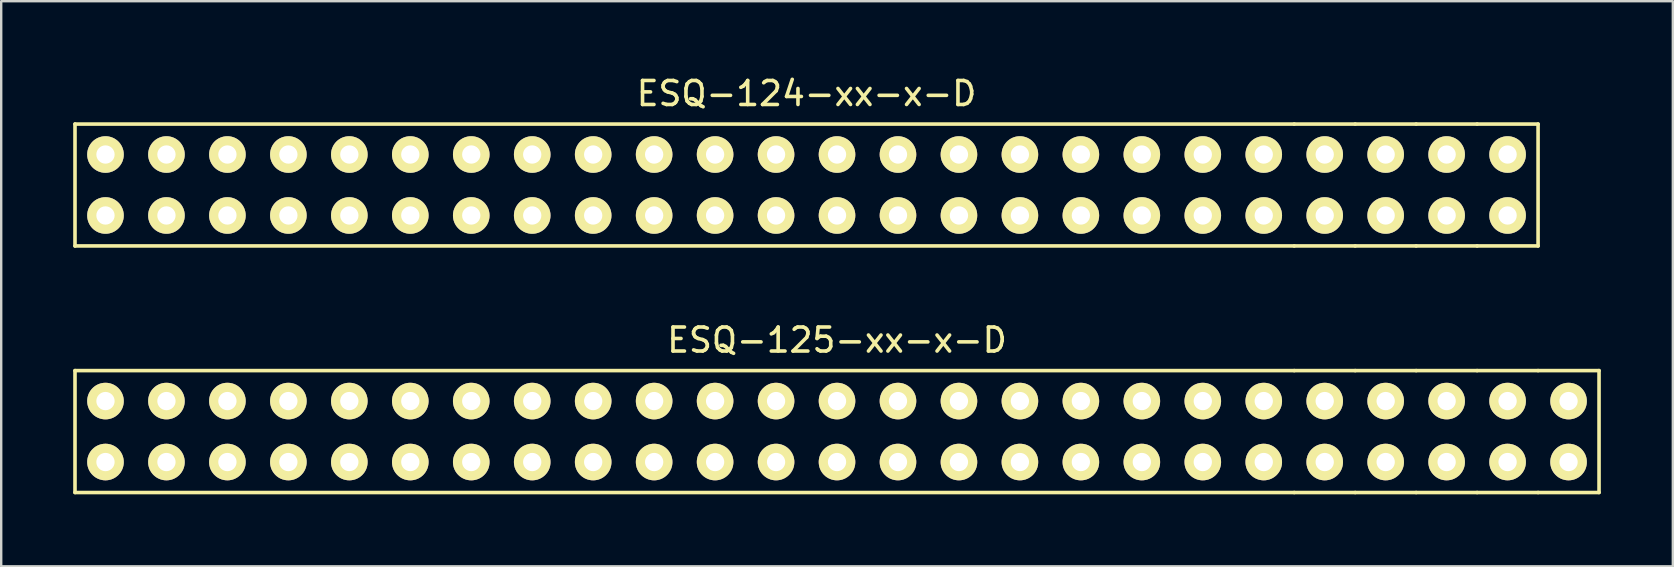
<source format=kicad_pcb>
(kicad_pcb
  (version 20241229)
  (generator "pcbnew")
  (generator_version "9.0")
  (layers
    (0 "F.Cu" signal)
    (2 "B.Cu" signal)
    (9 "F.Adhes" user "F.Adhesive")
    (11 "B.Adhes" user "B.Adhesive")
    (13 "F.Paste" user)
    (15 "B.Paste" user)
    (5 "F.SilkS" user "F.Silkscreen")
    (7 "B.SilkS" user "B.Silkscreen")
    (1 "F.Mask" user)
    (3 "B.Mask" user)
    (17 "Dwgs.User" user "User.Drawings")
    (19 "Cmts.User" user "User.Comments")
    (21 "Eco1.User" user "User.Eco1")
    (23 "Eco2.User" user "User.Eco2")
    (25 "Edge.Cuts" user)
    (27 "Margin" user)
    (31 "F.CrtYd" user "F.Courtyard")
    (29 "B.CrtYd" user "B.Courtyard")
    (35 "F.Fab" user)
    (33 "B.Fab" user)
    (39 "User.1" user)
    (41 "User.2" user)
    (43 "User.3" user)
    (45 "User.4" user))
  (footprint "ESQ-125-xx-x-D"
    (layer "F.Cu")
    (at 31.825 14.931)
    (property "Reference" "ESQ-125-xx-x-D" (at 0 -3.81 0) (layer "F.SilkS") (effects (font (size 1 1) (thickness 0.15))))
    (attr through_hole)
    (fp_line (start -31.75 -2.54) (end 19.05 -2.54) (stroke (width 0.15) (type solid)) (layer "F.SilkS"))
    (fp_line (start -31.75 2.54) (end -31.75 -2.54) (stroke (width 0.15) (type solid)) (layer "F.SilkS"))
    (fp_line (start 19.05 -2.54) (end 21.59 -2.54) (stroke (width 0.15) (type solid)) (layer "F.SilkS"))
    (fp_line (start 19.05 2.54) (end -31.75 2.54) (stroke (width 0.15) (type solid)) (layer "F.SilkS"))
    (fp_line (start 21.59 -2.54) (end 24.13 -2.54) (stroke (width 0.15) (type solid)) (layer "F.SilkS"))
    (fp_line (start 21.59 2.54) (end 19.05 2.54) (stroke (width 0.15) (type solid)) (layer "F.SilkS"))
    (fp_line (start 24.13 -2.54) (end 26.67 -2.54) (stroke (width 0.15) (type solid)) (layer "F.SilkS"))
    (fp_line (start 24.13 2.54) (end 21.59 2.54) (stroke (width 0.15) (type solid)) (layer "F.SilkS"))
    (fp_line (start 26.67 -2.54) (end 29.21 -2.54) (stroke (width 0.15) (type solid)) (layer "F.SilkS"))
    (fp_line (start 26.67 2.54) (end 24.13 2.54) (stroke (width 0.15) (type solid)) (layer "F.SilkS"))
    (fp_line (start 29.21 -2.54) (end 31.75 -2.54) (stroke (width 0.15) (type solid)) (layer "F.SilkS"))
    (fp_line (start 29.21 2.54) (end 26.67 2.54) (stroke (width 0.15) (type solid)) (layer "F.SilkS"))
    (fp_line (start 31.75 -2.54) (end 31.75 2.54) (stroke (width 0.15) (type solid)) (layer "F.SilkS"))
    (fp_line (start 31.75 2.54) (end 29.21 2.54) (stroke (width 0.15) (type solid)) (layer "F.SilkS"))
    (pad "1" thru_hole circle (at -30.48 -1.27) (size 1.524 1.524) (drill 0.762) (layers "*.Mask" "B.Cu" "F.SilkS"))
    (pad "2" thru_hole circle (at -30.48 1.27) (size 1.524 1.524) (drill 0.762) (layers "*.Mask" "B.Cu" "F.SilkS"))
    (pad "3" thru_hole circle (at -27.94 -1.27) (size 1.524 1.524) (drill 0.762) (layers "*.Mask" "B.Cu" "F.SilkS"))
    (pad "4" thru_hole circle (at -27.94 1.27) (size 1.524 1.524) (drill 0.762) (layers "*.Mask" "B.Cu" "F.SilkS"))
    (pad "5" thru_hole circle (at -25.4 -1.27) (size 1.524 1.524) (drill 0.762) (layers "*.Mask" "B.Cu" "F.SilkS"))
    (pad "6" thru_hole circle (at -25.4 1.27) (size 1.524 1.524) (drill 0.762) (layers "*.Mask" "B.Cu" "F.SilkS"))
    (pad "7" thru_hole circle (at -22.86 -1.27) (size 1.524 1.524) (drill 0.762) (layers "*.Mask" "B.Cu" "F.SilkS"))
    (pad "8" thru_hole circle (at -22.86 1.27) (size 1.524 1.524) (drill 0.762) (layers "*.Mask" "B.Cu" "F.SilkS"))
    (pad "9" thru_hole circle (at -20.32 -1.27) (size 1.524 1.524) (drill 0.762) (layers "*.Mask" "B.Cu" "F.SilkS"))
    (pad "10" thru_hole circle (at -20.32 1.27) (size 1.524 1.524) (drill 0.762) (layers "*.Mask" "B.Cu" "F.SilkS"))
    (pad "11" thru_hole circle (at -17.78 -1.27) (size 1.524 1.524) (drill 0.762) (layers "*.Mask" "B.Cu" "F.SilkS"))
    (pad "12" thru_hole circle (at -17.78 1.27) (size 1.524 1.524) (drill 0.762) (layers "*.Mask" "B.Cu" "F.SilkS"))
    (pad "13" thru_hole circle (at -15.24 -1.27) (size 1.524 1.524) (drill 0.762) (layers "*.Mask" "B.Cu" "F.SilkS"))
    (pad "14" thru_hole circle (at -15.24 1.27) (size 1.524 1.524) (drill 0.762) (layers "*.Mask" "B.Cu" "F.SilkS"))
    (pad "15" thru_hole circle (at -12.7 -1.27) (size 1.524 1.524) (drill 0.762) (layers "*.Mask" "B.Cu" "F.SilkS"))
    (pad "16" thru_hole circle (at -12.7 1.27) (size 1.524 1.524) (drill 0.762) (layers "*.Mask" "B.Cu" "F.SilkS"))
    (pad "17" thru_hole circle (at -10.16 -1.27) (size 1.524 1.524) (drill 0.762) (layers "*.Mask" "B.Cu" "F.SilkS"))
    (pad "18" thru_hole circle (at -10.16 1.27) (size 1.524 1.524) (drill 0.762) (layers "*.Mask" "B.Cu" "F.SilkS"))
    (pad "19" thru_hole circle (at -7.62 -1.27) (size 1.524 1.524) (drill 0.762) (layers "*.Mask" "B.Cu" "F.SilkS"))
    (pad "20" thru_hole circle (at -7.62 1.27) (size 1.524 1.524) (drill 0.762) (layers "*.Mask" "B.Cu" "F.SilkS"))
    (pad "21" thru_hole circle (at -5.08 -1.27) (size 1.524 1.524) (drill 0.762) (layers "*.Mask" "B.Cu" "F.SilkS"))
    (pad "22" thru_hole circle (at -5.08 1.27) (size 1.524 1.524) (drill 0.762) (layers "*.Mask" "B.Cu" "F.SilkS"))
    (pad "23" thru_hole circle (at -2.54 -1.27) (size 1.524 1.524) (drill 0.762) (layers "*.Mask" "B.Cu" "F.SilkS"))
    (pad "24" thru_hole circle (at -2.54 1.27) (size 1.524 1.524) (drill 0.762) (layers "*.Mask" "B.Cu" "F.SilkS"))
    (pad "25" thru_hole circle (at 0 -1.27) (size 1.524 1.524) (drill 0.762) (layers "*.Mask" "B.Cu" "F.SilkS"))
    (pad "26" thru_hole circle (at 0 1.27) (size 1.524 1.524) (drill 0.762) (layers "*.Mask" "B.Cu" "F.SilkS"))
    (pad "27" thru_hole circle (at 2.54 -1.27) (size 1.524 1.524) (drill 0.762) (layers "*.Mask" "B.Cu" "F.SilkS"))
    (pad "28" thru_hole circle (at 2.54 1.27) (size 1.524 1.524) (drill 0.762) (layers "*.Mask" "B.Cu" "F.SilkS"))
    (pad "29" thru_hole circle (at 5.08 -1.27) (size 1.524 1.524) (drill 0.762) (layers "*.Mask" "B.Cu" "F.SilkS"))
    (pad "30" thru_hole circle (at 5.08 1.27) (size 1.524 1.524) (drill 0.762) (layers "*.Mask" "B.Cu" "F.SilkS"))
    (pad "31" thru_hole circle (at 7.62 -1.27) (size 1.524 1.524) (drill 0.762) (layers "*.Mask" "B.Cu" "F.SilkS"))
    (pad "32" thru_hole circle (at 7.62 1.27) (size 1.524 1.524) (drill 0.762) (layers "*.Mask" "B.Cu" "F.SilkS"))
    (pad "33" thru_hole circle (at 10.16 -1.27) (size 1.524 1.524) (drill 0.762) (layers "*.Mask" "B.Cu" "F.SilkS"))
    (pad "34" thru_hole circle (at 10.16 1.27) (size 1.524 1.524) (drill 0.762) (layers "*.Mask" "B.Cu" "F.SilkS"))
    (pad "35" thru_hole circle (at 12.7 -1.27) (size 1.524 1.524) (drill 0.762) (layers "*.Mask" "B.Cu" "F.SilkS"))
    (pad "36" thru_hole circle (at 12.7 1.27) (size 1.524 1.524) (drill 0.762) (layers "*.Mask" "B.Cu" "F.SilkS"))
    (pad "37" thru_hole circle (at 15.24 -1.27) (size 1.524 1.524) (drill 0.762) (layers "*.Mask" "B.Cu" "F.SilkS"))
    (pad "38" thru_hole circle (at 15.24 1.27) (size 1.524 1.524) (drill 0.762) (layers "*.Mask" "B.Cu" "F.SilkS"))
    (pad "39" thru_hole circle (at 17.78 -1.27) (size 1.524 1.524) (drill 0.762) (layers "*.Mask" "B.Cu" "F.SilkS"))
    (pad "40" thru_hole circle (at 17.78 1.27) (size 1.524 1.524) (drill 0.762) (layers "*.Mask" "B.Cu" "F.SilkS"))
    (pad "41" thru_hole circle (at 20.32 -1.27) (size 1.524 1.524) (drill 0.762) (layers "*.Mask" "B.Cu" "F.SilkS"))
    (pad "42" thru_hole circle (at 20.32 1.27) (size 1.524 1.524) (drill 0.762) (layers "*.Mask" "B.Cu" "F.SilkS"))
    (pad "43" thru_hole circle (at 22.86 -1.27) (size 1.524 1.524) (drill 0.762) (layers "*.Mask" "B.Cu" "F.SilkS"))
    (pad "44" thru_hole circle (at 22.86 1.27) (size 1.524 1.524) (drill 0.762) (layers "*.Mask" "B.Cu" "F.SilkS"))
    (pad "45" thru_hole circle (at 25.4 -1.27) (size 1.524 1.524) (drill 0.762) (layers "*.Mask" "B.Cu" "F.SilkS"))
    (pad "46" thru_hole circle (at 25.4 1.27) (size 1.524 1.524) (drill 0.762) (layers "*.Mask" "B.Cu" "F.SilkS"))
    (pad "47" thru_hole circle (at 27.94 -1.27) (size 1.524 1.524) (drill 0.762) (layers "*.Mask" "B.Cu" "F.SilkS"))
    (pad "48" thru_hole circle (at 27.94 1.27) (size 1.524 1.524) (drill 0.762) (layers "*.Mask" "B.Cu" "F.SilkS"))
    (pad "49" thru_hole circle (at 30.48 -1.27) (size 1.524 1.524) (drill 0.762) (layers "*.Mask" "B.Cu" "F.SilkS"))
    (pad "50" thru_hole circle (at 30.48 1.27) (size 1.524 1.524) (drill 0.762) (layers "*.Mask" "B.Cu" "F.SilkS")))
  (footprint "ESQ-124-xx-x-D"
    (layer "F.Cu")
    (at 30.555 4.658)
    (property "Reference" "ESQ-124-xx-x-D" (at 0 -3.81 0) (layer "F.SilkS") (effects (font (size 1 1) (thickness 0.15))))
    (attr through_hole)
    (fp_line (start -30.48 -2.54) (end 20.32 -2.54) (stroke (width 0.15) (type solid)) (layer "F.SilkS"))
    (fp_line (start -30.48 2.54) (end -30.48 -2.54) (stroke (width 0.15) (type solid)) (layer "F.SilkS"))
    (fp_line (start 20.32 -2.54) (end 22.86 -2.54) (stroke (width 0.15) (type solid)) (layer "F.SilkS"))
    (fp_line (start 20.32 2.54) (end -30.48 2.54) (stroke (width 0.15) (type solid)) (layer "F.SilkS"))
    (fp_line (start 22.86 -2.54) (end 25.4 -2.54) (stroke (width 0.15) (type solid)) (layer "F.SilkS"))
    (fp_line (start 22.86 2.54) (end 20.32 2.54) (stroke (width 0.15) (type solid)) (layer "F.SilkS"))
    (fp_line (start 25.4 -2.54) (end 27.94 -2.54) (stroke (width 0.15) (type solid)) (layer "F.SilkS"))
    (fp_line (start 25.4 2.54) (end 22.86 2.54) (stroke (width 0.15) (type solid)) (layer "F.SilkS"))
    (fp_line (start 27.94 -2.54) (end 30.48 -2.54) (stroke (width 0.15) (type solid)) (layer "F.SilkS"))
    (fp_line (start 27.94 2.54) (end 25.4 2.54) (stroke (width 0.15) (type solid)) (layer "F.SilkS"))
    (fp_line (start 30.48 -2.54) (end 30.48 2.54) (stroke (width 0.15) (type solid)) (layer "F.SilkS"))
    (fp_line (start 30.48 2.54) (end 27.94 2.54) (stroke (width 0.15) (type solid)) (layer "F.SilkS"))
    (pad "1" thru_hole circle (at -29.21 -1.27) (size 1.524 1.524) (drill 0.762) (layers "*.Mask" "B.Cu" "F.SilkS"))
    (pad "2" thru_hole circle (at -29.21 1.27) (size 1.524 1.524) (drill 0.762) (layers "*.Mask" "B.Cu" "F.SilkS"))
    (pad "3" thru_hole circle (at -26.67 -1.27) (size 1.524 1.524) (drill 0.762) (layers "*.Mask" "B.Cu" "F.SilkS"))
    (pad "4" thru_hole circle (at -26.67 1.27) (size 1.524 1.524) (drill 0.762) (layers "*.Mask" "B.Cu" "F.SilkS"))
    (pad "5" thru_hole circle (at -24.13 -1.27) (size 1.524 1.524) (drill 0.762) (layers "*.Mask" "B.Cu" "F.SilkS"))
    (pad "6" thru_hole circle (at -24.13 1.27) (size 1.524 1.524) (drill 0.762) (layers "*.Mask" "B.Cu" "F.SilkS"))
    (pad "7" thru_hole circle (at -21.59 -1.27) (size 1.524 1.524) (drill 0.762) (layers "*.Mask" "B.Cu" "F.SilkS"))
    (pad "8" thru_hole circle (at -21.59 1.27) (size 1.524 1.524) (drill 0.762) (layers "*.Mask" "B.Cu" "F.SilkS"))
    (pad "9" thru_hole circle (at -19.05 -1.27) (size 1.524 1.524) (drill 0.762) (layers "*.Mask" "B.Cu" "F.SilkS"))
    (pad "10" thru_hole circle (at -19.05 1.27) (size 1.524 1.524) (drill 0.762) (layers "*.Mask" "B.Cu" "F.SilkS"))
    (pad "11" thru_hole circle (at -16.51 -1.27) (size 1.524 1.524) (drill 0.762) (layers "*.Mask" "B.Cu" "F.SilkS"))
    (pad "12" thru_hole circle (at -16.51 1.27) (size 1.524 1.524) (drill 0.762) (layers "*.Mask" "B.Cu" "F.SilkS"))
    (pad "13" thru_hole circle (at -13.97 -1.27) (size 1.524 1.524) (drill 0.762) (layers "*.Mask" "B.Cu" "F.SilkS"))
    (pad "14" thru_hole circle (at -13.97 1.27) (size 1.524 1.524) (drill 0.762) (layers "*.Mask" "B.Cu" "F.SilkS"))
    (pad "15" thru_hole circle (at -11.43 -1.27) (size 1.524 1.524) (drill 0.762) (layers "*.Mask" "B.Cu" "F.SilkS"))
    (pad "16" thru_hole circle (at -11.43 1.27) (size 1.524 1.524) (drill 0.762) (layers "*.Mask" "B.Cu" "F.SilkS"))
    (pad "17" thru_hole circle (at -8.89 -1.27) (size 1.524 1.524) (drill 0.762) (layers "*.Mask" "B.Cu" "F.SilkS"))
    (pad "18" thru_hole circle (at -8.89 1.27) (size 1.524 1.524) (drill 0.762) (layers "*.Mask" "B.Cu" "F.SilkS"))
    (pad "19" thru_hole circle (at -6.35 -1.27) (size 1.524 1.524) (drill 0.762) (layers "*.Mask" "B.Cu" "F.SilkS"))
    (pad "20" thru_hole circle (at -6.35 1.27) (size 1.524 1.524) (drill 0.762) (layers "*.Mask" "B.Cu" "F.SilkS"))
    (pad "21" thru_hole circle (at -3.81 -1.27) (size 1.524 1.524) (drill 0.762) (layers "*.Mask" "B.Cu" "F.SilkS"))
    (pad "22" thru_hole circle (at -3.81 1.27) (size 1.524 1.524) (drill 0.762) (layers "*.Mask" "B.Cu" "F.SilkS"))
    (pad "23" thru_hole circle (at -1.27 -1.27) (size 1.524 1.524) (drill 0.762) (layers "*.Mask" "B.Cu" "F.SilkS"))
    (pad "24" thru_hole circle (at -1.27 1.27) (size 1.524 1.524) (drill 0.762) (layers "*.Mask" "B.Cu" "F.SilkS"))
    (pad "25" thru_hole circle (at 1.27 -1.27) (size 1.524 1.524) (drill 0.762) (layers "*.Mask" "B.Cu" "F.SilkS"))
    (pad "26" thru_hole circle (at 1.27 1.27) (size 1.524 1.524) (drill 0.762) (layers "*.Mask" "B.Cu" "F.SilkS"))
    (pad "27" thru_hole circle (at 3.81 -1.27) (size 1.524 1.524) (drill 0.762) (layers "*.Mask" "B.Cu" "F.SilkS"))
    (pad "28" thru_hole circle (at 3.81 1.27) (size 1.524 1.524) (drill 0.762) (layers "*.Mask" "B.Cu" "F.SilkS"))
    (pad "29" thru_hole circle (at 6.35 -1.27) (size 1.524 1.524) (drill 0.762) (layers "*.Mask" "B.Cu" "F.SilkS"))
    (pad "30" thru_hole circle (at 6.35 1.27) (size 1.524 1.524) (drill 0.762) (layers "*.Mask" "B.Cu" "F.SilkS"))
    (pad "31" thru_hole circle (at 8.89 -1.27) (size 1.524 1.524) (drill 0.762) (layers "*.Mask" "B.Cu" "F.SilkS"))
    (pad "32" thru_hole circle (at 8.89 1.27) (size 1.524 1.524) (drill 0.762) (layers "*.Mask" "B.Cu" "F.SilkS"))
    (pad "33" thru_hole circle (at 11.43 -1.27) (size 1.524 1.524) (drill 0.762) (layers "*.Mask" "B.Cu" "F.SilkS"))
    (pad "34" thru_hole circle (at 11.43 1.27) (size 1.524 1.524) (drill 0.762) (layers "*.Mask" "B.Cu" "F.SilkS"))
    (pad "35" thru_hole circle (at 13.97 -1.27) (size 1.524 1.524) (drill 0.762) (layers "*.Mask" "B.Cu" "F.SilkS"))
    (pad "36" thru_hole circle (at 13.97 1.27) (size 1.524 1.524) (drill 0.762) (layers "*.Mask" "B.Cu" "F.SilkS"))
    (pad "37" thru_hole circle (at 16.51 -1.27) (size 1.524 1.524) (drill 0.762) (layers "*.Mask" "B.Cu" "F.SilkS"))
    (pad "38" thru_hole circle (at 16.51 1.27) (size 1.524 1.524) (drill 0.762) (layers "*.Mask" "B.Cu" "F.SilkS"))
    (pad "39" thru_hole circle (at 19.05 -1.27) (size 1.524 1.524) (drill 0.762) (layers "*.Mask" "B.Cu" "F.SilkS"))
    (pad "40" thru_hole circle (at 19.05 1.27) (size 1.524 1.524) (drill 0.762) (layers "*.Mask" "B.Cu" "F.SilkS"))
    (pad "41" thru_hole circle (at 21.59 -1.27) (size 1.524 1.524) (drill 0.762) (layers "*.Mask" "B.Cu" "F.SilkS"))
    (pad "42" thru_hole circle (at 21.59 1.27) (size 1.524 1.524) (drill 0.762) (layers "*.Mask" "B.Cu" "F.SilkS"))
    (pad "43" thru_hole circle (at 24.13 -1.27) (size 1.524 1.524) (drill 0.762) (layers "*.Mask" "B.Cu" "F.SilkS"))
    (pad "44" thru_hole circle (at 24.13 1.27) (size 1.524 1.524) (drill 0.762) (layers "*.Mask" "B.Cu" "F.SilkS"))
    (pad "45" thru_hole circle (at 26.67 -1.27) (size 1.524 1.524) (drill 0.762) (layers "*.Mask" "B.Cu" "F.SilkS"))
    (pad "46" thru_hole circle (at 26.67 1.27) (size 1.524 1.524) (drill 0.762) (layers "*.Mask" "B.Cu" "F.SilkS"))
    (pad "47" thru_hole circle (at 29.21 -1.27) (size 1.524 1.524) (drill 0.762) (layers "*.Mask" "B.Cu" "F.SilkS"))
    (pad "48" thru_hole circle (at 29.21 1.27) (size 1.524 1.524) (drill 0.762) (layers "*.Mask" "B.Cu" "F.SilkS")))
  (gr_rect
    (start -3 -3)
    (end 66.65 20.547)
    (stroke (width 0.1) (type default))
    (fill no)
    (layer "Edge.Cuts")))
</source>
